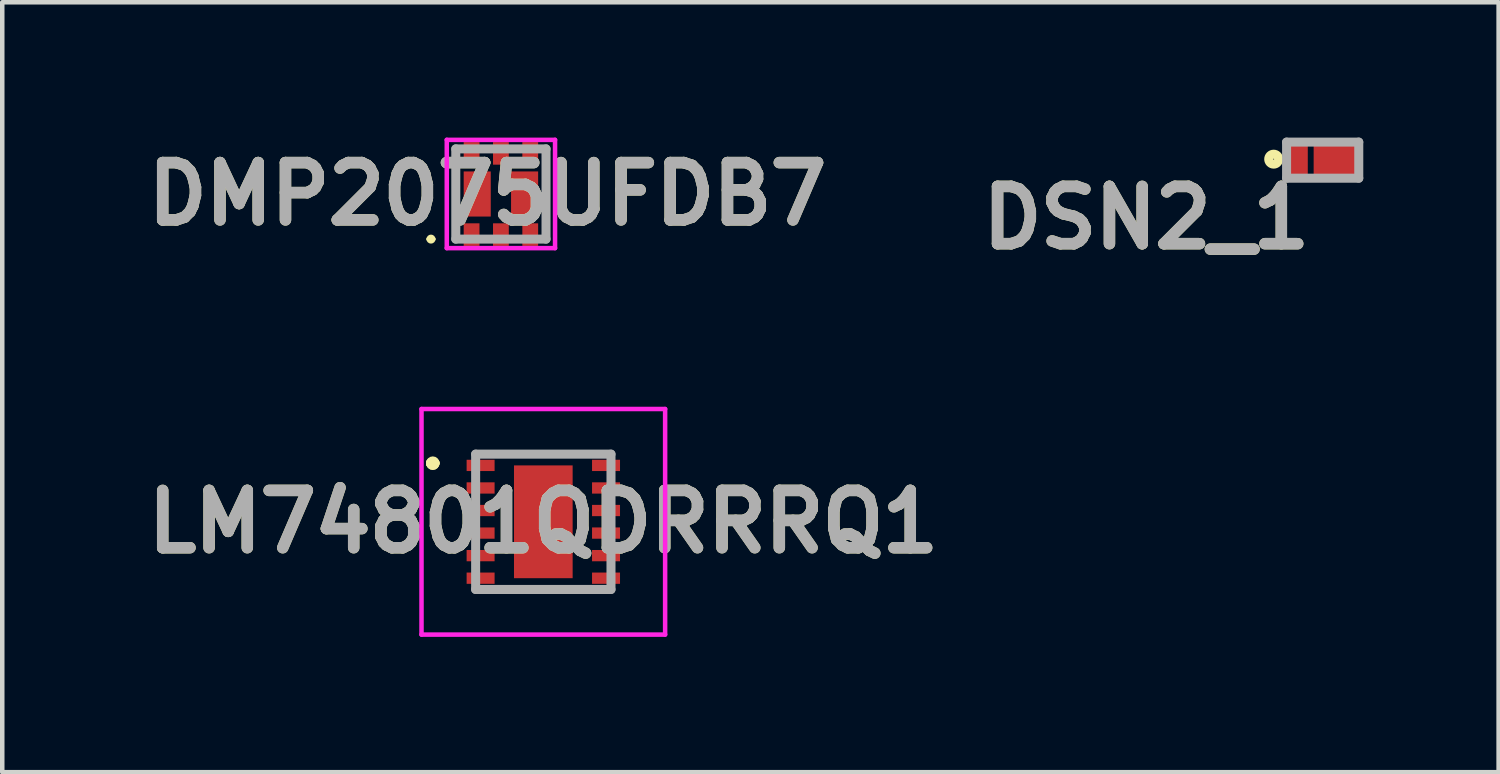
<source format=kicad_pcb>
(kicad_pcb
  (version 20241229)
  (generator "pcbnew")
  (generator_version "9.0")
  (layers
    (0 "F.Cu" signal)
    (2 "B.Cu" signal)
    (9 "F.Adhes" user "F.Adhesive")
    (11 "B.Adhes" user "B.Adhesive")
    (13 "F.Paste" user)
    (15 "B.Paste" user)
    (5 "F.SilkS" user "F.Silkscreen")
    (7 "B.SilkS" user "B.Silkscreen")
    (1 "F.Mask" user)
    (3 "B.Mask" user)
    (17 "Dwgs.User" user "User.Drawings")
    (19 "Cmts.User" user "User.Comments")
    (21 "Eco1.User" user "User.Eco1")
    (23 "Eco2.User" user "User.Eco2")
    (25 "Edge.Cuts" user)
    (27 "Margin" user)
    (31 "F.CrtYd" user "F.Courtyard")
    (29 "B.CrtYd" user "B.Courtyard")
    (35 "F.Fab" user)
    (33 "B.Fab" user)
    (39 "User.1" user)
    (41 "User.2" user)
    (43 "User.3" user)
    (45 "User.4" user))
  (footprint "DSN2_1"
    (layer "F.Cu")
    (at 26.268 0.5)
    (property "Reference" "DSN2_1" (at -3.91 1.277 0) (layer "F.SilkS") (effects (font (size 1.27 1.27) (thickness 0.254))))
    (attr smd)
    (fp_circle (center -1.086 -0.022) (end -1.086 -0.012) (stroke (width 0.2) (type solid)) (fill no) (layer "F.SilkS"))
    (fp_line (start -0.8 -0.4) (end 0.8 -0.4) (stroke (width 0.2) (type solid)) (layer "F.Fab"))
    (fp_line (start -0.8 0.4) (end -0.8 -0.4) (stroke (width 0.2) (type solid)) (layer "F.Fab"))
    (fp_line (start 0.8 -0.4) (end 0.8 0.4) (stroke (width 0.2) (type solid)) (layer "F.Fab"))
    (fp_line (start 0.8 0.4) (end -0.8 0.4) (stroke (width 0.2) (type solid)) (layer "F.Fab"))
    (fp_text user "${REFERENCE}" (at -3.91 1.277 0) (layer "F.Fab") (effects (font (size 1.27 1.27) (thickness 0.254))))
    (pad "1" smd rect (at -0.59 0) (size 0.52 0.7) (layers "F.Cu" "F.Mask" "F.Paste"))
    (pad "2" smd rect (at 0.325 0 90) (size 0.7 1.05) (layers "F.Cu" "F.Mask" "F.Paste")))
  (footprint "LM74801QDRRRQ1"
    (layer "F.Cu")
    (at 8.993 8.516)
    (property "Reference" "LM74801QDRRRQ1" (at 0 0 0) (layer "F.SilkS") (effects (font (size 1.27 1.27) (thickness 0.254))))
    (attr smd)
    (fp_line (start -2.5 -1.3) (end -2.5 -1.3) (stroke (width 0.2) (type solid)) (layer "F.SilkS"))
    (fp_line (start -2.5 -1.3) (end -2.5 -1.3) (stroke (width 0.2) (type solid)) (layer "F.SilkS"))
    (fp_line (start -2.4 -1.3) (end -2.4 -1.3) (stroke (width 0.2) (type solid)) (layer "F.SilkS"))
    (fp_line (start -1.39 -1.5) (end -1.39 -1.5) (stroke (width 0.1) (type solid)) (layer "F.SilkS"))
    (fp_line (start -1.39 -1.5) (end 0 -1.5) (stroke (width 0.1) (type solid)) (layer "F.SilkS"))
    (fp_line (start -1.39 1.5) (end -1.39 1.5) (stroke (width 0.1) (type solid)) (layer "F.SilkS"))
    (fp_line (start -1.39 1.5) (end 1.39 1.5) (stroke (width 0.1) (type solid)) (layer "F.SilkS"))
    (fp_line (start 0 -1.5) (end -1.39 -1.5) (stroke (width 0.1) (type solid)) (layer "F.SilkS"))
    (fp_line (start 0 -1.5) (end 0 -1.5) (stroke (width 0.1) (type solid)) (layer "F.SilkS"))
    (fp_line (start 0 -1.5) (end 0 -1.5) (stroke (width 0.1) (type solid)) (layer "F.SilkS"))
    (fp_line (start 0 -1.5) (end 1.39 -1.5) (stroke (width 0.1) (type solid)) (layer "F.SilkS"))
    (fp_line (start 1.39 -1.5) (end 0 -1.5) (stroke (width 0.1) (type solid)) (layer "F.SilkS"))
    (fp_line (start 1.39 -1.5) (end 1.39 -1.5) (stroke (width 0.1) (type solid)) (layer "F.SilkS"))
    (fp_line (start 1.39 1.5) (end -1.39 1.5) (stroke (width 0.1) (type solid)) (layer "F.SilkS"))
    (fp_line (start 1.39 1.5) (end 1.39 1.5) (stroke (width 0.1) (type solid)) (layer "F.SilkS"))
    (fp_arc (start -2.5 -1.3) (mid -2.45 -1.35) (end -2.4 -1.3) (stroke (width 0.2) (type solid)) (layer "F.SilkS"))
    (fp_arc (start -2.4 -1.3) (mid -2.45 -1.25) (end -2.5 -1.3) (stroke (width 0.2) (type solid)) (layer "F.SilkS"))
    (fp_arc (start -2.4 -1.3) (mid -2.45 -1.25) (end -2.5 -1.3) (stroke (width 0.2) (type solid)) (layer "F.SilkS"))
    (fp_line (start -2.7 -2.5) (end 2.7 -2.5) (stroke (width 0.1) (type solid)) (layer "F.CrtYd"))
    (fp_line (start -2.7 2.5) (end -2.7 -2.5) (stroke (width 0.1) (type solid)) (layer "F.CrtYd"))
    (fp_line (start 2.7 -2.5) (end 2.7 2.5) (stroke (width 0.1) (type solid)) (layer "F.CrtYd"))
    (fp_line (start 2.7 2.5) (end -2.7 2.5) (stroke (width 0.1) (type solid)) (layer "F.CrtYd"))
    (fp_line (start -1.5 -1.5) (end -1.5 1.5) (stroke (width 0.2) (type solid)) (layer "F.Fab"))
    (fp_line (start -1.5 1.5) (end 1.5 1.5) (stroke (width 0.2) (type solid)) (layer "F.Fab"))
    (fp_line (start 1.5 -1.5) (end -1.5 -1.5) (stroke (width 0.2) (type solid)) (layer "F.Fab"))
    (fp_line (start 1.5 1.5) (end 1.5 -1.5) (stroke (width 0.2) (type solid)) (layer "F.Fab"))
    (fp_text user "${REFERENCE}" (at 0 0 0) (layer "F.Fab") (effects (font (size 1.27 1.27) (thickness 0.254))))
    (pad "1" smd rect (at -1.39 -1.25 90) (size 0.25 0.62) (layers "F.Cu" "F.Mask" "F.Paste"))
    (pad "2" smd rect (at -1.39 -0.75 90) (size 0.25 0.62) (layers "F.Cu" "F.Mask" "F.Paste"))
    (pad "3" smd rect (at -1.39 -0.25 90) (size 0.25 0.62) (layers "F.Cu" "F.Mask" "F.Paste"))
    (pad "4" smd rect (at -1.39 0.25 90) (size 0.25 0.62) (layers "F.Cu" "F.Mask" "F.Paste"))
    (pad "5" smd rect (at -1.39 0.75 90) (size 0.25 0.62) (layers "F.Cu" "F.Mask" "F.Paste"))
    (pad "6" smd rect (at -1.39 1.25 90) (size 0.25 0.62) (layers "F.Cu" "F.Mask" "F.Paste"))
    (pad "7" smd rect (at 1.39 1.25 90) (size 0.25 0.62) (layers "F.Cu" "F.Mask" "F.Paste"))
    (pad "8" smd rect (at 1.39 0.75 90) (size 0.25 0.62) (layers "F.Cu" "F.Mask" "F.Paste"))
    (pad "9" smd rect (at 1.39 0.25 90) (size 0.25 0.62) (layers "F.Cu" "F.Mask" "F.Paste"))
    (pad "10" smd rect (at 1.39 -0.25 90) (size 0.25 0.62) (layers "F.Cu" "F.Mask" "F.Paste"))
    (pad "11" smd rect (at 1.39 -0.75 90) (size 0.25 0.62) (layers "F.Cu" "F.Mask" "F.Paste"))
    (pad "12" smd rect (at 1.39 -1.25 90) (size 0.25 0.62) (layers "F.Cu" "F.Mask" "F.Paste"))
    (pad "13" smd rect (at 0 0) (size 1.3 2.5) (layers "F.Cu" "F.Mask" "F.Paste")))
  (footprint "DMP2075UFDB7"
    (layer "F.Cu")
    (at 8.053 1.25)
    (property "Reference" "DMP2075UFDB7" (at -0.3 0 0) (layer "F.SilkS") (effects (font (size 1.27 1.27) (thickness 0.254))))
    (attr smd)
    (fp_line (start -1.6 1) (end -1.6 1) (stroke (width 0.1) (type solid)) (layer "F.SilkS"))
    (fp_line (start -1.5 1) (end -1.5 1) (stroke (width 0.1) (type solid)) (layer "F.SilkS"))
    (fp_arc (start -1.6 1) (mid -1.55 0.95) (end -1.5 1) (stroke (width 0.1) (type solid)) (layer "F.SilkS"))
    (fp_arc (start -1.5 1) (mid -1.55 1.05) (end -1.6 1) (stroke (width 0.1) (type solid)) (layer "F.SilkS"))
    (fp_line (start -1.2 1.2) (end -1.2 -1.2) (stroke (width 0.1) (type solid)) (layer "F.CrtYd"))
    (fp_line (start -1.2 1.2) (end 1.2 1.2) (stroke (width 0.1) (type solid)) (layer "F.CrtYd"))
    (fp_line (start 1.2 -1.2) (end -1.2 -1.2) (stroke (width 0.1) (type solid)) (layer "F.CrtYd"))
    (fp_line (start 1.2 -1.2) (end 1.2 1.2) (stroke (width 0.1) (type solid)) (layer "F.CrtYd"))
    (fp_line (start -1 -1) (end 1 -1) (stroke (width 0.2) (type solid)) (layer "F.Fab"))
    (fp_line (start -1 1) (end -1 -1) (stroke (width 0.2) (type solid)) (layer "F.Fab"))
    (fp_line (start 1 -1) (end 1 1) (stroke (width 0.2) (type solid)) (layer "F.Fab"))
    (fp_line (start 1 1) (end -1 1) (stroke (width 0.2) (type solid)) (layer "F.Fab"))
    (fp_text user "${REFERENCE}" (at -0.3 0 0) (layer "F.Fab") (effects (font (size 1.27 1.27) (thickness 0.254))))
    (pad "1" smd rect (at -0.65 0.9) (size 0.35 0.5) (layers "F.Cu" "F.Mask" "F.Paste"))
    (pad "2" smd rect (at 0 0.9) (size 0.35 0.5) (layers "F.Cu" "F.Mask" "F.Paste"))
    (pad "3" smd rect (at 0.65 0.9) (size 0.35 0.5) (layers "F.Cu" "F.Mask" "F.Paste"))
    (pad "4" smd rect (at 0.65 -0.9) (size 0.35 0.5) (layers "F.Cu" "F.Mask" "F.Paste"))
    (pad "5" smd rect (at 0 -0.9) (size 0.35 0.5) (layers "F.Cu" "F.Mask" "F.Paste"))
    (pad "6" smd rect (at -0.65 -0.9) (size 0.35 0.5) (layers "F.Cu" "F.Mask" "F.Paste"))
    (pad "7" smd rect (at -0.525 0) (size 0.6 1) (layers "F.Cu" "F.Mask" "F.Paste"))
    (pad "8" smd rect (at 0.525 0) (size 0.6 1) (layers "F.Cu" "F.Mask" "F.Paste")))
  (gr_rect
    (start -3 -3)
    (end 30.168 14.066)
    (stroke (width 0.1) (type default))
    (fill no)
    (layer "Edge.Cuts")))
</source>
